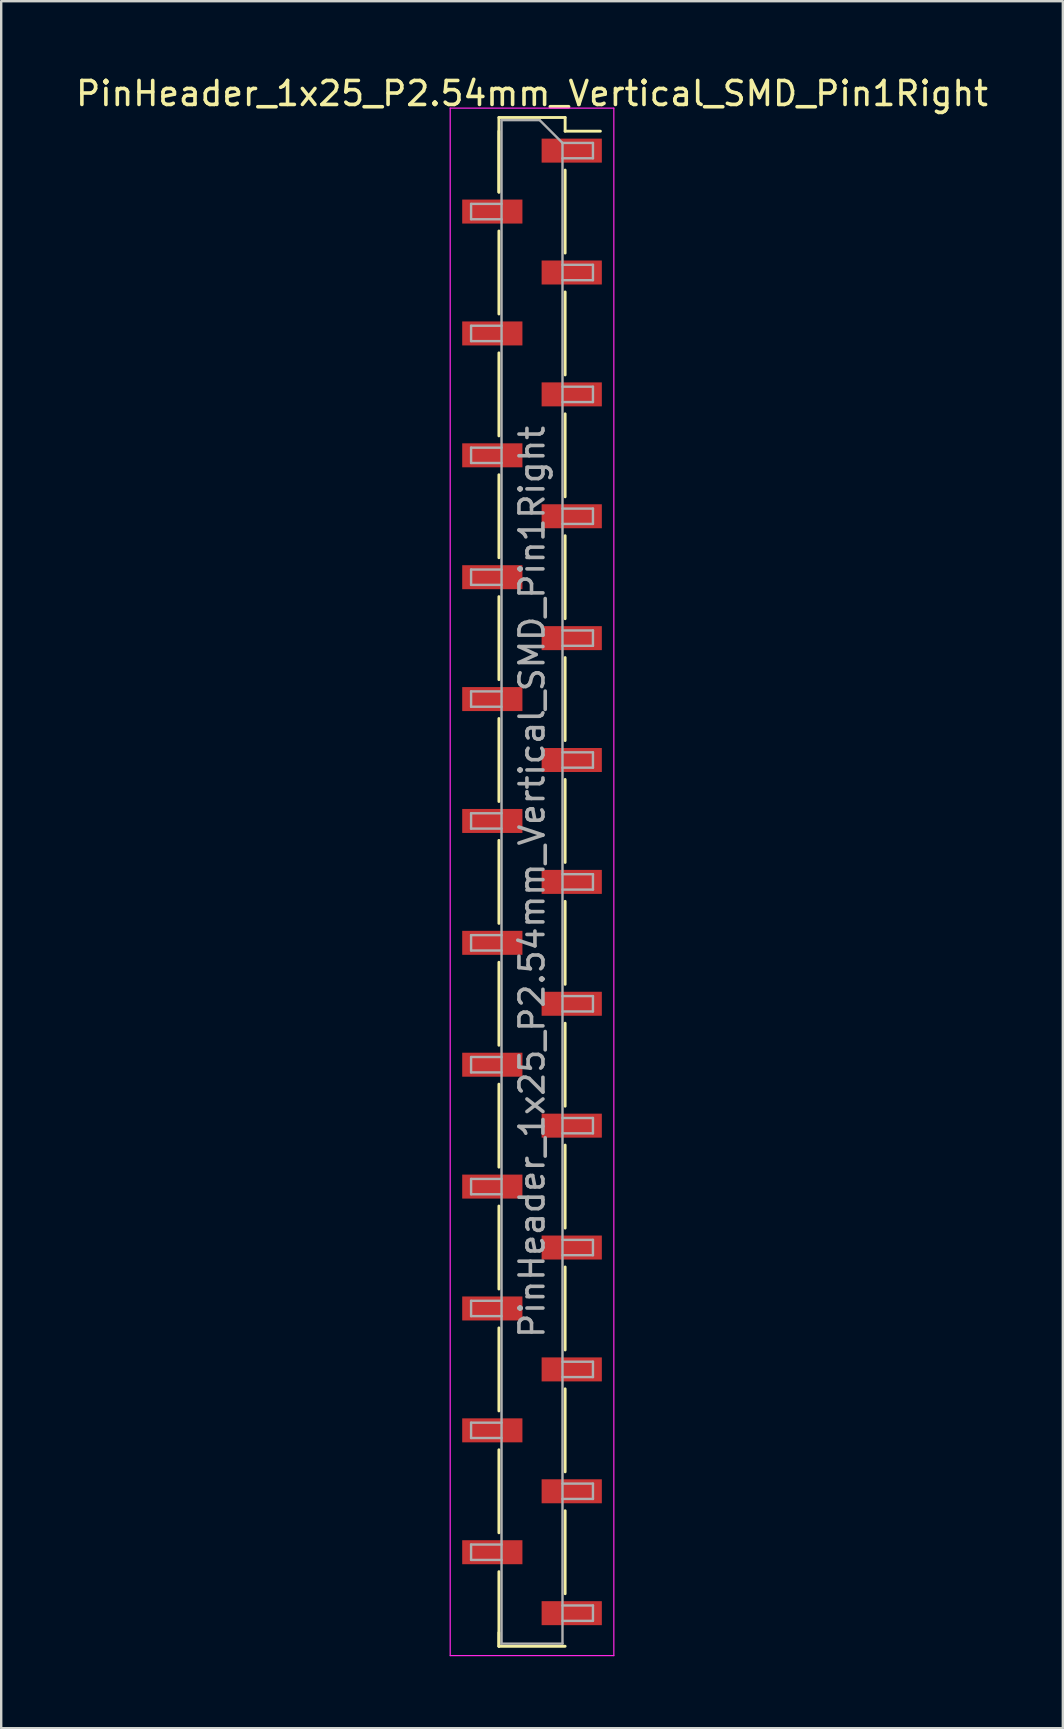
<source format=kicad_pcb>
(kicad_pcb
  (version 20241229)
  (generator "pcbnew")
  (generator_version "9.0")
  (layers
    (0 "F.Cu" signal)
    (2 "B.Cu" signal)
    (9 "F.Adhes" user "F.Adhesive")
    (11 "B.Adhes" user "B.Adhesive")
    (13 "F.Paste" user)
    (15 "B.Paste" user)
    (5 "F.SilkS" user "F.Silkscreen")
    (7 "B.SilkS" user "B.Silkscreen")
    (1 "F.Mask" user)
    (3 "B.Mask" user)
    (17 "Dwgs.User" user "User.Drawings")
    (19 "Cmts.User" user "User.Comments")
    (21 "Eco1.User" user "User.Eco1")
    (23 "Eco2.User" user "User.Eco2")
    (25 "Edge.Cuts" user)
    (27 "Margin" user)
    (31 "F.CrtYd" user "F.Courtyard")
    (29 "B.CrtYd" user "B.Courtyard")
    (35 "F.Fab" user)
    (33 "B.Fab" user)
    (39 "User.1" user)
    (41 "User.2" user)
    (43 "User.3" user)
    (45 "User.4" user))
  (footprint "PinHeader_1x25_P2.54mm_Vertical_SMD_Pin1Right"
    (layer "F.Cu")
    (at 19.125 33.708)
    (property "Reference" "PinHeader_1x25_P2.54mm_Vertical_SMD_Pin1Right" (at 0 -32.86 0) (layer "F.SilkS") (effects (font (size 1 1) (thickness 0.15))))
    (attr smd)
    (fp_line (start -1.38 -31.86) (end -1.38 -28.75) (stroke (width 0.12) (type solid)) (layer "F.SilkS"))
    (fp_line (start -1.38 -31.86) (end 1.38 -31.86) (stroke (width 0.12) (type solid)) (layer "F.SilkS"))
    (fp_line (start -1.38 -31.29) (end -1.38 -28.75) (stroke (width 0.12) (type solid)) (layer "F.SilkS"))
    (fp_line (start -1.38 -27.13) (end -1.38 -23.67) (stroke (width 0.12) (type solid)) (layer "F.SilkS"))
    (fp_line (start -1.38 -22.05) (end -1.38 -18.59) (stroke (width 0.12) (type solid)) (layer "F.SilkS"))
    (fp_line (start -1.38 -16.97) (end -1.38 -13.51) (stroke (width 0.12) (type solid)) (layer "F.SilkS"))
    (fp_line (start -1.38 -11.89) (end -1.38 -8.43) (stroke (width 0.12) (type solid)) (layer "F.SilkS"))
    (fp_line (start -1.38 -6.81) (end -1.38 -3.35) (stroke (width 0.12) (type solid)) (layer "F.SilkS"))
    (fp_line (start -1.38 -1.73) (end -1.38 1.73) (stroke (width 0.12) (type solid)) (layer "F.SilkS"))
    (fp_line (start -1.38 3.35) (end -1.38 6.81) (stroke (width 0.12) (type solid)) (layer "F.SilkS"))
    (fp_line (start -1.38 8.43) (end -1.38 11.89) (stroke (width 0.12) (type solid)) (layer "F.SilkS"))
    (fp_line (start -1.38 13.51) (end -1.38 16.97) (stroke (width 0.12) (type solid)) (layer "F.SilkS"))
    (fp_line (start -1.38 18.59) (end -1.38 22.05) (stroke (width 0.12) (type solid)) (layer "F.SilkS"))
    (fp_line (start -1.38 23.67) (end -1.38 27.13) (stroke (width 0.12) (type solid)) (layer "F.SilkS"))
    (fp_line (start -1.38 28.75) (end -1.38 31.86) (stroke (width 0.12) (type solid)) (layer "F.SilkS"))
    (fp_line (start -1.38 31.29) (end -1.38 31.86) (stroke (width 0.12) (type solid)) (layer "F.SilkS"))
    (fp_line (start -1.38 31.86) (end 1.38 31.86) (stroke (width 0.12) (type solid)) (layer "F.SilkS"))
    (fp_line (start 1.38 -31.86) (end 1.38 -31.29) (stroke (width 0.12) (type solid)) (layer "F.SilkS"))
    (fp_line (start 1.38 -31.29) (end 2.85 -31.29) (stroke (width 0.12) (type solid)) (layer "F.SilkS"))
    (fp_line (start 1.38 -29.67) (end 1.38 -26.21) (stroke (width 0.12) (type solid)) (layer "F.SilkS"))
    (fp_line (start 1.38 -24.59) (end 1.38 -21.13) (stroke (width 0.12) (type solid)) (layer "F.SilkS"))
    (fp_line (start 1.38 -19.51) (end 1.38 -16.05) (stroke (width 0.12) (type solid)) (layer "F.SilkS"))
    (fp_line (start 1.38 -14.43) (end 1.38 -10.97) (stroke (width 0.12) (type solid)) (layer "F.SilkS"))
    (fp_line (start 1.38 -9.35) (end 1.38 -5.89) (stroke (width 0.12) (type solid)) (layer "F.SilkS"))
    (fp_line (start 1.38 -4.27) (end 1.38 -0.81) (stroke (width 0.12) (type solid)) (layer "F.SilkS"))
    (fp_line (start 1.38 0.81) (end 1.38 4.27) (stroke (width 0.12) (type solid)) (layer "F.SilkS"))
    (fp_line (start 1.38 5.89) (end 1.38 9.35) (stroke (width 0.12) (type solid)) (layer "F.SilkS"))
    (fp_line (start 1.38 10.97) (end 1.38 14.43) (stroke (width 0.12) (type solid)) (layer "F.SilkS"))
    (fp_line (start 1.38 16.05) (end 1.38 19.51) (stroke (width 0.12) (type solid)) (layer "F.SilkS"))
    (fp_line (start 1.38 21.13) (end 1.38 24.59) (stroke (width 0.12) (type solid)) (layer "F.SilkS"))
    (fp_line (start 1.38 26.21) (end 1.38 29.67) (stroke (width 0.12) (type solid)) (layer "F.SilkS"))
    (fp_line (start -3.41 -32.25) (end -3.41 32.25) (stroke (width 0.05) (type solid)) (layer "F.CrtYd"))
    (fp_line (start -3.41 32.25) (end 3.41 32.25) (stroke (width 0.05) (type solid)) (layer "F.CrtYd"))
    (fp_line (start 3.41 -32.25) (end -3.41 -32.25) (stroke (width 0.05) (type solid)) (layer "F.CrtYd"))
    (fp_line (start 3.41 32.25) (end 3.41 -32.25) (stroke (width 0.05) (type solid)) (layer "F.CrtYd"))
    (fp_line (start -2.54 -28.26) (end -2.54 -27.62) (stroke (width 0.1) (type solid)) (layer "F.Fab"))
    (fp_line (start -2.54 -27.62) (end -1.27 -27.62) (stroke (width 0.1) (type solid)) (layer "F.Fab"))
    (fp_line (start -2.54 -23.18) (end -2.54 -22.54) (stroke (width 0.1) (type solid)) (layer "F.Fab"))
    (fp_line (start -2.54 -22.54) (end -1.27 -22.54) (stroke (width 0.1) (type solid)) (layer "F.Fab"))
    (fp_line (start -2.54 -18.1) (end -2.54 -17.46) (stroke (width 0.1) (type solid)) (layer "F.Fab"))
    (fp_line (start -2.54 -17.46) (end -1.27 -17.46) (stroke (width 0.1) (type solid)) (layer "F.Fab"))
    (fp_line (start -2.54 -13.02) (end -2.54 -12.38) (stroke (width 0.1) (type solid)) (layer "F.Fab"))
    (fp_line (start -2.54 -12.38) (end -1.27 -12.38) (stroke (width 0.1) (type solid)) (layer "F.Fab"))
    (fp_line (start -2.54 -7.94) (end -2.54 -7.3) (stroke (width 0.1) (type solid)) (layer "F.Fab"))
    (fp_line (start -2.54 -7.3) (end -1.27 -7.3) (stroke (width 0.1) (type solid)) (layer "F.Fab"))
    (fp_line (start -2.54 -2.86) (end -2.54 -2.22) (stroke (width 0.1) (type solid)) (layer "F.Fab"))
    (fp_line (start -2.54 -2.22) (end -1.27 -2.22) (stroke (width 0.1) (type solid)) (layer "F.Fab"))
    (fp_line (start -2.54 2.22) (end -2.54 2.86) (stroke (width 0.1) (type solid)) (layer "F.Fab"))
    (fp_line (start -2.54 2.86) (end -1.27 2.86) (stroke (width 0.1) (type solid)) (layer "F.Fab"))
    (fp_line (start -2.54 7.3) (end -2.54 7.94) (stroke (width 0.1) (type solid)) (layer "F.Fab"))
    (fp_line (start -2.54 7.94) (end -1.27 7.94) (stroke (width 0.1) (type solid)) (layer "F.Fab"))
    (fp_line (start -2.54 12.38) (end -2.54 13.02) (stroke (width 0.1) (type solid)) (layer "F.Fab"))
    (fp_line (start -2.54 13.02) (end -1.27 13.02) (stroke (width 0.1) (type solid)) (layer "F.Fab"))
    (fp_line (start -2.54 17.46) (end -2.54 18.1) (stroke (width 0.1) (type solid)) (layer "F.Fab"))
    (fp_line (start -2.54 18.1) (end -1.27 18.1) (stroke (width 0.1) (type solid)) (layer "F.Fab"))
    (fp_line (start -2.54 22.54) (end -2.54 23.18) (stroke (width 0.1) (type solid)) (layer "F.Fab"))
    (fp_line (start -2.54 23.18) (end -1.27 23.18) (stroke (width 0.1) (type solid)) (layer "F.Fab"))
    (fp_line (start -2.54 27.62) (end -2.54 28.26) (stroke (width 0.1) (type solid)) (layer "F.Fab"))
    (fp_line (start -2.54 28.26) (end -1.27 28.26) (stroke (width 0.1) (type solid)) (layer "F.Fab"))
    (fp_line (start -1.27 -31.75) (end -1.27 31.75) (stroke (width 0.1) (type solid)) (layer "F.Fab"))
    (fp_line (start -1.27 -31.75) (end 0.32 -31.75) (stroke (width 0.1) (type solid)) (layer "F.Fab"))
    (fp_line (start -1.27 -28.26) (end -2.54 -28.26) (stroke (width 0.1) (type solid)) (layer "F.Fab"))
    (fp_line (start -1.27 -23.18) (end -2.54 -23.18) (stroke (width 0.1) (type solid)) (layer "F.Fab"))
    (fp_line (start -1.27 -18.1) (end -2.54 -18.1) (stroke (width 0.1) (type solid)) (layer "F.Fab"))
    (fp_line (start -1.27 -13.02) (end -2.54 -13.02) (stroke (width 0.1) (type solid)) (layer "F.Fab"))
    (fp_line (start -1.27 -7.94) (end -2.54 -7.94) (stroke (width 0.1) (type solid)) (layer "F.Fab"))
    (fp_line (start -1.27 -2.86) (end -2.54 -2.86) (stroke (width 0.1) (type solid)) (layer "F.Fab"))
    (fp_line (start -1.27 2.22) (end -2.54 2.22) (stroke (width 0.1) (type solid)) (layer "F.Fab"))
    (fp_line (start -1.27 7.3) (end -2.54 7.3) (stroke (width 0.1) (type solid)) (layer "F.Fab"))
    (fp_line (start -1.27 12.38) (end -2.54 12.38) (stroke (width 0.1) (type solid)) (layer "F.Fab"))
    (fp_line (start -1.27 17.46) (end -2.54 17.46) (stroke (width 0.1) (type solid)) (layer "F.Fab"))
    (fp_line (start -1.27 22.54) (end -2.54 22.54) (stroke (width 0.1) (type solid)) (layer "F.Fab"))
    (fp_line (start -1.27 27.62) (end -2.54 27.62) (stroke (width 0.1) (type solid)) (layer "F.Fab"))
    (fp_line (start 1.27 -30.8) (end 0.32 -31.75) (stroke (width 0.1) (type solid)) (layer "F.Fab"))
    (fp_line (start 1.27 -30.8) (end 2.54 -30.8) (stroke (width 0.1) (type solid)) (layer "F.Fab"))
    (fp_line (start 1.27 -25.72) (end 2.54 -25.72) (stroke (width 0.1) (type solid)) (layer "F.Fab"))
    (fp_line (start 1.27 -20.64) (end 2.54 -20.64) (stroke (width 0.1) (type solid)) (layer "F.Fab"))
    (fp_line (start 1.27 -15.56) (end 2.54 -15.56) (stroke (width 0.1) (type solid)) (layer "F.Fab"))
    (fp_line (start 1.27 -10.48) (end 2.54 -10.48) (stroke (width 0.1) (type solid)) (layer "F.Fab"))
    (fp_line (start 1.27 -5.4) (end 2.54 -5.4) (stroke (width 0.1) (type solid)) (layer "F.Fab"))
    (fp_line (start 1.27 -0.32) (end 2.54 -0.32) (stroke (width 0.1) (type solid)) (layer "F.Fab"))
    (fp_line (start 1.27 4.76) (end 2.54 4.76) (stroke (width 0.1) (type solid)) (layer "F.Fab"))
    (fp_line (start 1.27 9.84) (end 2.54 9.84) (stroke (width 0.1) (type solid)) (layer "F.Fab"))
    (fp_line (start 1.27 14.92) (end 2.54 14.92) (stroke (width 0.1) (type solid)) (layer "F.Fab"))
    (fp_line (start 1.27 20) (end 2.54 20) (stroke (width 0.1) (type solid)) (layer "F.Fab"))
    (fp_line (start 1.27 25.08) (end 2.54 25.08) (stroke (width 0.1) (type solid)) (layer "F.Fab"))
    (fp_line (start 1.27 30.16) (end 2.54 30.16) (stroke (width 0.1) (type solid)) (layer "F.Fab"))
    (fp_line (start 1.27 31.75) (end -1.27 31.75) (stroke (width 0.1) (type solid)) (layer "F.Fab"))
    (fp_line (start 1.27 31.75) (end 1.27 -30.8) (stroke (width 0.1) (type solid)) (layer "F.Fab"))
    (fp_line (start 2.54 -30.8) (end 2.54 -30.16) (stroke (width 0.1) (type solid)) (layer "F.Fab"))
    (fp_line (start 2.54 -30.16) (end 1.27 -30.16) (stroke (width 0.1) (type solid)) (layer "F.Fab"))
    (fp_line (start 2.54 -25.72) (end 2.54 -25.08) (stroke (width 0.1) (type solid)) (layer "F.Fab"))
    (fp_line (start 2.54 -25.08) (end 1.27 -25.08) (stroke (width 0.1) (type solid)) (layer "F.Fab"))
    (fp_line (start 2.54 -20.64) (end 2.54 -20) (stroke (width 0.1) (type solid)) (layer "F.Fab"))
    (fp_line (start 2.54 -20) (end 1.27 -20) (stroke (width 0.1) (type solid)) (layer "F.Fab"))
    (fp_line (start 2.54 -15.56) (end 2.54 -14.92) (stroke (width 0.1) (type solid)) (layer "F.Fab"))
    (fp_line (start 2.54 -14.92) (end 1.27 -14.92) (stroke (width 0.1) (type solid)) (layer "F.Fab"))
    (fp_line (start 2.54 -10.48) (end 2.54 -9.84) (stroke (width 0.1) (type solid)) (layer "F.Fab"))
    (fp_line (start 2.54 -9.84) (end 1.27 -9.84) (stroke (width 0.1) (type solid)) (layer "F.Fab"))
    (fp_line (start 2.54 -5.4) (end 2.54 -4.76) (stroke (width 0.1) (type solid)) (layer "F.Fab"))
    (fp_line (start 2.54 -4.76) (end 1.27 -4.76) (stroke (width 0.1) (type solid)) (layer "F.Fab"))
    (fp_line (start 2.54 -0.32) (end 2.54 0.32) (stroke (width 0.1) (type solid)) (layer "F.Fab"))
    (fp_line (start 2.54 0.32) (end 1.27 0.32) (stroke (width 0.1) (type solid)) (layer "F.Fab"))
    (fp_line (start 2.54 4.76) (end 2.54 5.4) (stroke (width 0.1) (type solid)) (layer "F.Fab"))
    (fp_line (start 2.54 5.4) (end 1.27 5.4) (stroke (width 0.1) (type solid)) (layer "F.Fab"))
    (fp_line (start 2.54 9.84) (end 2.54 10.48) (stroke (width 0.1) (type solid)) (layer "F.Fab"))
    (fp_line (start 2.54 10.48) (end 1.27 10.48) (stroke (width 0.1) (type solid)) (layer "F.Fab"))
    (fp_line (start 2.54 14.92) (end 2.54 15.56) (stroke (width 0.1) (type solid)) (layer "F.Fab"))
    (fp_line (start 2.54 15.56) (end 1.27 15.56) (stroke (width 0.1) (type solid)) (layer "F.Fab"))
    (fp_line (start 2.54 20) (end 2.54 20.64) (stroke (width 0.1) (type solid)) (layer "F.Fab"))
    (fp_line (start 2.54 20.64) (end 1.27 20.64) (stroke (width 0.1) (type solid)) (layer "F.Fab"))
    (fp_line (start 2.54 25.08) (end 2.54 25.72) (stroke (width 0.1) (type solid)) (layer "F.Fab"))
    (fp_line (start 2.54 25.72) (end 1.27 25.72) (stroke (width 0.1) (type solid)) (layer "F.Fab"))
    (fp_line (start 2.54 30.16) (end 2.54 30.8) (stroke (width 0.1) (type solid)) (layer "F.Fab"))
    (fp_line (start 2.54 30.8) (end 1.27 30.8) (stroke (width 0.1) (type solid)) (layer "F.Fab"))
    (fp_text user "${REFERENCE}" (at 0 0 90) (layer "F.Fab") (effects (font (size 1 1) (thickness 0.15))))
    (pad "1" smd rect (at 1.655 -30.48) (size 2.51 1) (layers "F.Cu" "F.Mask" "F.Paste"))
    (pad "2" smd rect (at -1.655 -27.94) (size 2.51 1) (layers "F.Cu" "F.Mask" "F.Paste"))
    (pad "3" smd rect (at 1.655 -25.4) (size 2.51 1) (layers "F.Cu" "F.Mask" "F.Paste"))
    (pad "4" smd rect (at -1.655 -22.86) (size 2.51 1) (layers "F.Cu" "F.Mask" "F.Paste"))
    (pad "5" smd rect (at 1.655 -20.32) (size 2.51 1) (layers "F.Cu" "F.Mask" "F.Paste"))
    (pad "6" smd rect (at -1.655 -17.78) (size 2.51 1) (layers "F.Cu" "F.Mask" "F.Paste"))
    (pad "7" smd rect (at 1.655 -15.24) (size 2.51 1) (layers "F.Cu" "F.Mask" "F.Paste"))
    (pad "8" smd rect (at -1.655 -12.7) (size 2.51 1) (layers "F.Cu" "F.Mask" "F.Paste"))
    (pad "9" smd rect (at 1.655 -10.16) (size 2.51 1) (layers "F.Cu" "F.Mask" "F.Paste"))
    (pad "10" smd rect (at -1.655 -7.62) (size 2.51 1) (layers "F.Cu" "F.Mask" "F.Paste"))
    (pad "11" smd rect (at 1.655 -5.08) (size 2.51 1) (layers "F.Cu" "F.Mask" "F.Paste"))
    (pad "12" smd rect (at -1.655 -2.54) (size 2.51 1) (layers "F.Cu" "F.Mask" "F.Paste"))
    (pad "13" smd rect (at 1.655 0) (size 2.51 1) (layers "F.Cu" "F.Mask" "F.Paste"))
    (pad "14" smd rect (at -1.655 2.54) (size 2.51 1) (layers "F.Cu" "F.Mask" "F.Paste"))
    (pad "15" smd rect (at 1.655 5.08) (size 2.51 1) (layers "F.Cu" "F.Mask" "F.Paste"))
    (pad "16" smd rect (at -1.655 7.62) (size 2.51 1) (layers "F.Cu" "F.Mask" "F.Paste"))
    (pad "17" smd rect (at 1.655 10.16) (size 2.51 1) (layers "F.Cu" "F.Mask" "F.Paste"))
    (pad "18" smd rect (at -1.655 12.7) (size 2.51 1) (layers "F.Cu" "F.Mask" "F.Paste"))
    (pad "19" smd rect (at 1.655 15.24) (size 2.51 1) (layers "F.Cu" "F.Mask" "F.Paste"))
    (pad "20" smd rect (at -1.655 17.78) (size 2.51 1) (layers "F.Cu" "F.Mask" "F.Paste"))
    (pad "21" smd rect (at 1.655 20.32) (size 2.51 1) (layers "F.Cu" "F.Mask" "F.Paste"))
    (pad "22" smd rect (at -1.655 22.86) (size 2.51 1) (layers "F.Cu" "F.Mask" "F.Paste"))
    (pad "23" smd rect (at 1.655 25.4) (size 2.51 1) (layers "F.Cu" "F.Mask" "F.Paste"))
    (pad "24" smd rect (at -1.655 27.94) (size 2.51 1) (layers "F.Cu" "F.Mask" "F.Paste"))
    (pad "25" smd rect (at 1.655 30.48) (size 2.51 1) (layers "F.Cu" "F.Mask" "F.Paste")))
  (gr_rect
    (start -3 -3)
    (end 41.25 68.983)
    (stroke (width 0.1) (type default))
    (fill no)
    (layer "Edge.Cuts")))
</source>
